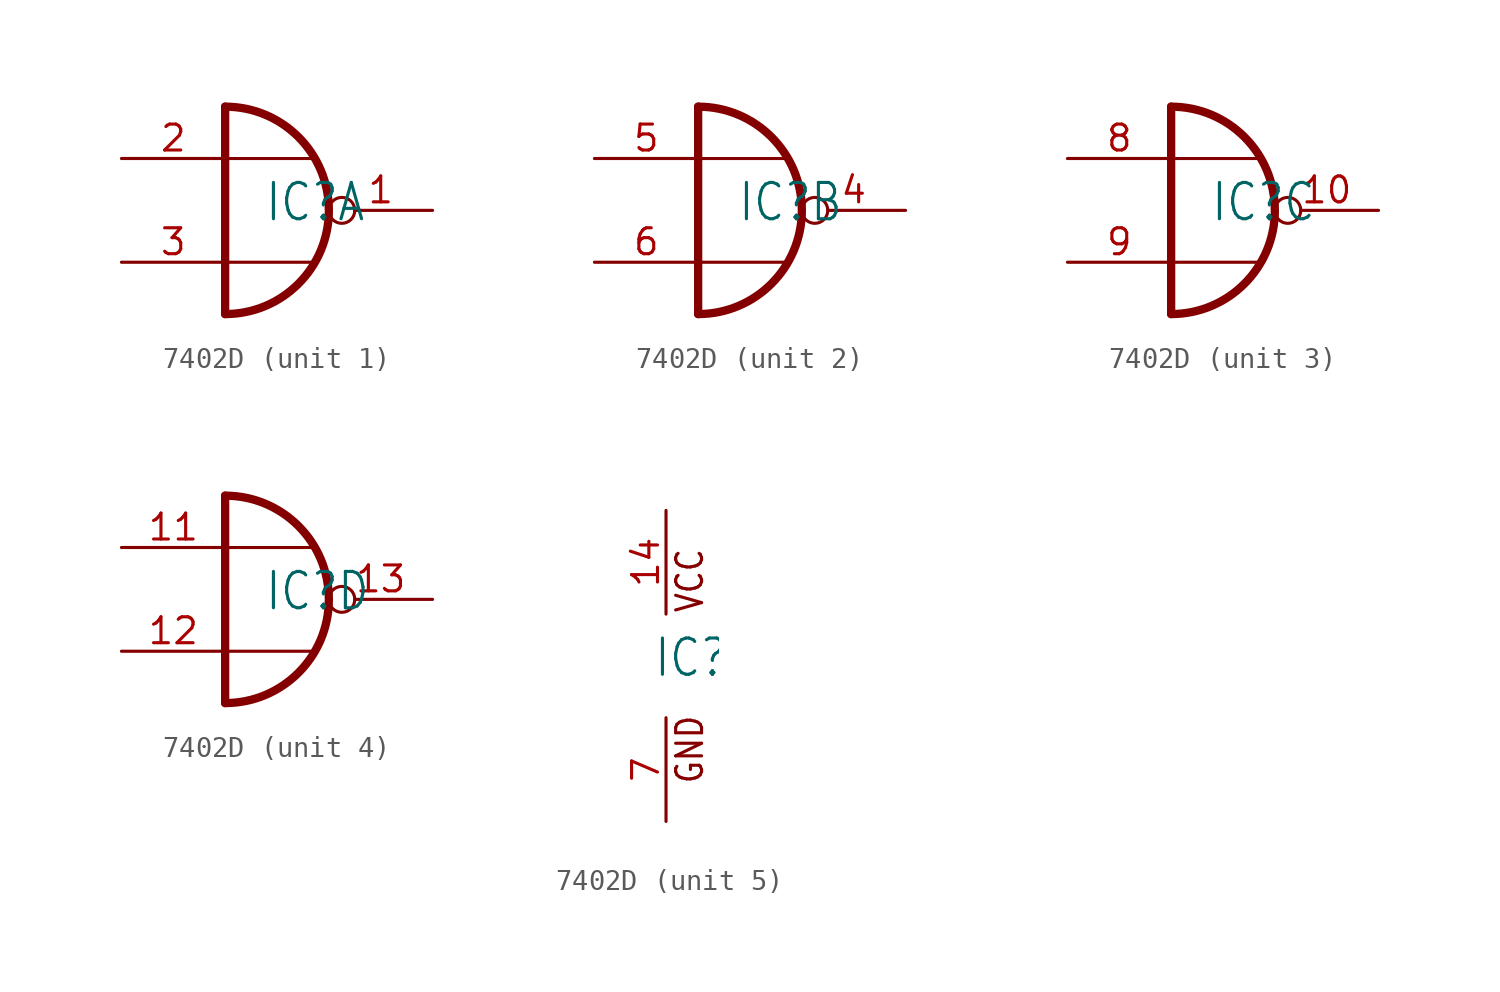
<source format=kicad_sym>
(kicad_symbol_lib
  (version 20211014)
  (generator kicad_symbol_editor)
  (symbol "7402D"
    (property "Reference" "IC"
      (at -0.635 -0.635 0)
      (effects (font (size 1.778 1.511)) (justify left bottom)))
    (property "ki_locked" ""
      (at 0 0 0)
      (effects (font (size 1.27 1.27))))
    (symbol "7402D_1_0"
      (arc (start -2.54 -5.08) (mid 2.54 0) (end -2.54 5.08) (stroke (width 0.4064) (type default) (color 0 0 0 0)) (fill (type none)))
      (polyline (pts (xy -2.54 -2.54) (xy -2.54 -5.08)) (stroke (width 0.406) (type default) (color 0 0 0 0)) (fill (type none)))
      (polyline (pts (xy -2.54 5.08) (xy -2.54 -2.54)) (stroke (width 0.406) (type default) (color 0 0 0 0)) (fill (type none)))
      (polyline (pts (xy 1.778 -2.54) (xy -2.54 -2.54)) (stroke (width 0.152) (type default) (color 0 0 0 0)) (fill (type none)))
      (polyline (pts (xy 1.778 2.54) (xy -2.54 2.54)) (stroke (width 0.152) (type default) (color 0 0 0 0)) (fill (type none)))
      (pin output inverted (at 7.62 0 180) (length 5.08) (name "O" (effects (font (size 0 0)))) (number "1" (effects (font (size 1.27 1.27)))))
      (pin input line (at -7.62 2.54 0) (length 5.08) (name "I0" (effects (font (size 0 0)))) (number "2" (effects (font (size 1.27 1.27)))))
      (pin input line (at -7.62 -2.54 0) (length 5.08) (name "I1" (effects (font (size 0 0)))) (number "3" (effects (font (size 1.27 1.27))))))
    (symbol "7402D_2_0"
      (arc (start -2.54 -5.08) (mid 2.54 0) (end -2.54 5.08) (stroke (width 0.4064) (type default) (color 0 0 0 0)) (fill (type none)))
      (polyline (pts (xy -2.54 -2.54) (xy -2.54 -5.08)) (stroke (width 0.406) (type default) (color 0 0 0 0)) (fill (type none)))
      (polyline (pts (xy -2.54 5.08) (xy -2.54 -2.54)) (stroke (width 0.406) (type default) (color 0 0 0 0)) (fill (type none)))
      (polyline (pts (xy 1.778 -2.54) (xy -2.54 -2.54)) (stroke (width 0.152) (type default) (color 0 0 0 0)) (fill (type none)))
      (polyline (pts (xy 1.778 2.54) (xy -2.54 2.54)) (stroke (width 0.152) (type default) (color 0 0 0 0)) (fill (type none)))
      (pin output inverted (at 7.62 0 180) (length 5.08) (name "O" (effects (font (size 0 0)))) (number "4" (effects (font (size 1.27 1.27)))))
      (pin input line (at -7.62 2.54 0) (length 5.08) (name "I0" (effects (font (size 0 0)))) (number "5" (effects (font (size 1.27 1.27)))))
      (pin input line (at -7.62 -2.54 0) (length 5.08) (name "I1" (effects (font (size 0 0)))) (number "6" (effects (font (size 1.27 1.27))))))
    (symbol "7402D_3_0"
      (arc (start -2.54 -5.08) (mid 2.54 0) (end -2.54 5.08) (stroke (width 0.4064) (type default) (color 0 0 0 0)) (fill (type none)))
      (polyline (pts (xy -2.54 -2.54) (xy -2.54 -5.08)) (stroke (width 0.406) (type default) (color 0 0 0 0)) (fill (type none)))
      (polyline (pts (xy -2.54 5.08) (xy -2.54 -2.54)) (stroke (width 0.406) (type default) (color 0 0 0 0)) (fill (type none)))
      (polyline (pts (xy 1.778 -2.54) (xy -2.54 -2.54)) (stroke (width 0.152) (type default) (color 0 0 0 0)) (fill (type none)))
      (polyline (pts (xy 1.778 2.54) (xy -2.54 2.54)) (stroke (width 0.152) (type default) (color 0 0 0 0)) (fill (type none)))
      (pin output inverted (at 7.62 0 180) (length 5.08) (name "O" (effects (font (size 0 0)))) (number "10" (effects (font (size 1.27 1.27)))))
      (pin input line (at -7.62 2.54 0) (length 5.08) (name "I0" (effects (font (size 0 0)))) (number "8" (effects (font (size 1.27 1.27)))))
      (pin input line (at -7.62 -2.54 0) (length 5.08) (name "I1" (effects (font (size 0 0)))) (number "9" (effects (font (size 1.27 1.27))))))
    (symbol "7402D_4_0"
      (arc (start -2.54 -5.08) (mid 2.54 0) (end -2.54 5.08) (stroke (width 0.4064) (type default) (color 0 0 0 0)) (fill (type none)))
      (polyline (pts (xy -2.54 -2.54) (xy -2.54 -5.08)) (stroke (width 0.406) (type default) (color 0 0 0 0)) (fill (type none)))
      (polyline (pts (xy -2.54 5.08) (xy -2.54 -2.54)) (stroke (width 0.406) (type default) (color 0 0 0 0)) (fill (type none)))
      (polyline (pts (xy 1.778 -2.54) (xy -2.54 -2.54)) (stroke (width 0.152) (type default) (color 0 0 0 0)) (fill (type none)))
      (polyline (pts (xy 1.778 2.54) (xy -2.54 2.54)) (stroke (width 0.152) (type default) (color 0 0 0 0)) (fill (type none)))
      (pin input line (at -7.62 2.54 0) (length 5.08) (name "I0" (effects (font (size 0 0)))) (number "11" (effects (font (size 1.27 1.27)))))
      (pin input line (at -7.62 -2.54 0) (length 5.08) (name "I1" (effects (font (size 0 0)))) (number "12" (effects (font (size 1.27 1.27)))))
      (pin output inverted (at 7.62 0 180) (length 5.08) (name "O" (effects (font (size 0 0)))) (number "13" (effects (font (size 1.27 1.27))))))
    (symbol "7402D_5_0"
      (text "GND" (at 1.905 -5.842 900) (effects (font (size 1.27 1.079)) (justify left bottom)))
      (text "VCC" (at 1.905 2.54 900) (effects (font (size 1.27 1.079)) (justify left bottom)))
      (pin power_in line (at 0 7.62 270) (length 5.08) (name "VCC" (effects (font (size 0 0)))) (number "14" (effects (font (size 1.27 1.27)))))
      (pin power_in line (at 0 -7.62 90) (length 5.08) (name "GND" (effects (font (size 0 0)))) (number "7" (effects (font (size 1.27 1.27))))))))
</source>
